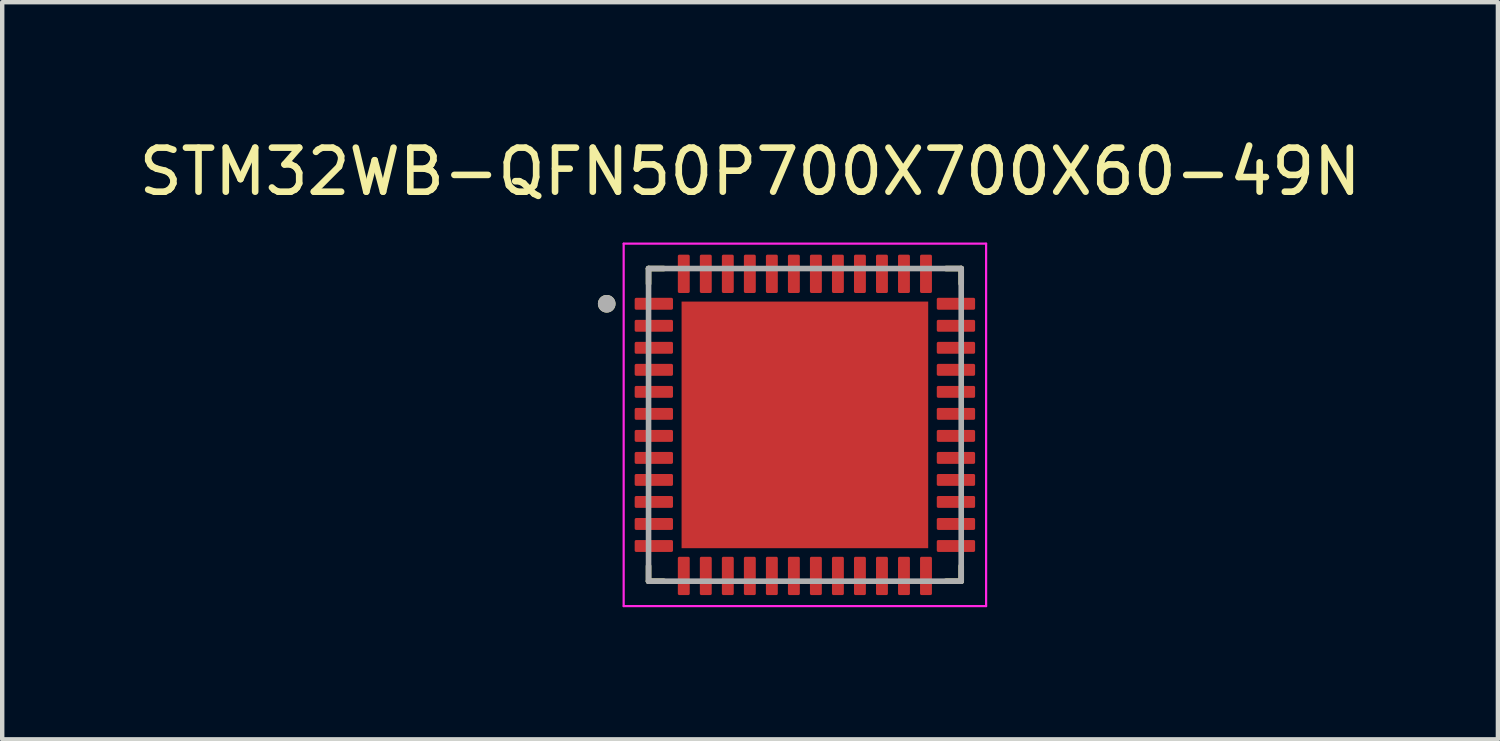
<source format=kicad_pcb>
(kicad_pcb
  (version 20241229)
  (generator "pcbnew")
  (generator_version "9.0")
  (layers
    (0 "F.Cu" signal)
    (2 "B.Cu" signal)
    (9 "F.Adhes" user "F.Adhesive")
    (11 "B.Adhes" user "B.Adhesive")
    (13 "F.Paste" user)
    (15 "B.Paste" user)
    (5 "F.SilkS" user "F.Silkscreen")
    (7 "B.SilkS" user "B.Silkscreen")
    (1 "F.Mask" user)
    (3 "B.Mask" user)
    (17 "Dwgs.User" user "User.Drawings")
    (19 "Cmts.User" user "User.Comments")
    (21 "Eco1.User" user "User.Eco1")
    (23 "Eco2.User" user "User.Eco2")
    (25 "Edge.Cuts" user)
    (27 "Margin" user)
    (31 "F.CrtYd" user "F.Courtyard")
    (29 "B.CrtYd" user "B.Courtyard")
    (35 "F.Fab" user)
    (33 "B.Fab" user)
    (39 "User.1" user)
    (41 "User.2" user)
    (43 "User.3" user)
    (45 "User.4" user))
  (footprint "STM32WB-QFN50P700X700X60-49N"
    (layer "F.Cu")
    (at 15.227 6.598)
    (property "Reference" "STM32WB-QFN50P700X700X60-49N" (at -1.245 -5.75 0) (layer "F.SilkS") (effects (font (size 1 1) (thickness 0.15))))
    (attr smd)
    (fp_line (start -3.55 -3.55) (end -3.55 -3.205) (stroke (width 0.127) (type solid)) (layer "F.SilkS"))
    (fp_line (start -3.55 -3.55) (end -3.205 -3.55) (stroke (width 0.127) (type solid)) (layer "F.SilkS"))
    (fp_line (start -3.55 3.55) (end -3.55 3.205) (stroke (width 0.127) (type solid)) (layer "F.SilkS"))
    (fp_line (start -3.55 3.55) (end -3.205 3.55) (stroke (width 0.127) (type solid)) (layer "F.SilkS"))
    (fp_line (start 3.55 -3.55) (end 3.205 -3.55) (stroke (width 0.127) (type solid)) (layer "F.SilkS"))
    (fp_line (start 3.55 -3.55) (end 3.55 -3.205) (stroke (width 0.127) (type solid)) (layer "F.SilkS"))
    (fp_line (start 3.55 3.55) (end 3.205 3.55) (stroke (width 0.127) (type solid)) (layer "F.SilkS"))
    (fp_line (start 3.55 3.55) (end 3.55 3.205) (stroke (width 0.127) (type solid)) (layer "F.SilkS"))
    (fp_circle (center -4.5 -2.75) (end -4.4 -2.75) (stroke (width 0.2) (type solid)) (fill no) (layer "F.SilkS"))
    (fp_poly (pts (xy -2.29 -2.29) (xy -0.51 -2.29) (xy -0.51 -0.51) (xy -2.29 -0.51)) (stroke (width 0.01) (type solid)) (fill yes) (layer "F.Paste"))
    (fp_poly (pts (xy -2.29 0.51) (xy -0.51 0.51) (xy -0.51 2.29) (xy -2.29 2.29)) (stroke (width 0.01) (type solid)) (fill yes) (layer "F.Paste"))
    (fp_poly (pts (xy 0.51 -2.29) (xy 2.29 -2.29) (xy 2.29 -0.51) (xy 0.51 -0.51)) (stroke (width 0.01) (type solid)) (fill yes) (layer "F.Paste"))
    (fp_poly (pts (xy 0.51 0.51) (xy 2.29 0.51) (xy 2.29 2.29) (xy 0.51 2.29)) (stroke (width 0.01) (type solid)) (fill yes) (layer "F.Paste"))
    (fp_line (start -4.115 -4.115) (end 4.115 -4.115) (stroke (width 0.05) (type solid)) (layer "F.CrtYd"))
    (fp_line (start -4.115 4.115) (end -4.115 -4.115) (stroke (width 0.05) (type solid)) (layer "F.CrtYd"))
    (fp_line (start -4.115 4.115) (end 4.115 4.115) (stroke (width 0.05) (type solid)) (layer "F.CrtYd"))
    (fp_line (start 4.115 4.115) (end 4.115 -4.115) (stroke (width 0.05) (type solid)) (layer "F.CrtYd"))
    (fp_line (start -3.55 3.55) (end -3.55 -3.55) (stroke (width 0.127) (type solid)) (layer "F.Fab"))
    (fp_line (start 3.55 -3.55) (end -3.55 -3.55) (stroke (width 0.127) (type solid)) (layer "F.Fab"))
    (fp_line (start 3.55 3.55) (end -3.55 3.55) (stroke (width 0.127) (type solid)) (layer "F.Fab"))
    (fp_line (start 3.55 3.55) (end 3.55 -3.55) (stroke (width 0.127) (type solid)) (layer "F.Fab"))
    (fp_circle (center -4.5 -2.75) (end -4.4 -2.75) (stroke (width 0.2) (type solid)) (fill no) (layer "F.Fab"))
    (pad "1" smd roundrect (at -3.43 -2.75) (size 0.87 0.27) (layers "F.Cu" "F.Mask" "F.Paste") (roundrect_rratio 0.125))
    (pad "2" smd roundrect (at -3.43 -2.25) (size 0.87 0.27) (layers "F.Cu" "F.Mask" "F.Paste") (roundrect_rratio 0.125))
    (pad "3" smd roundrect (at -3.43 -1.75) (size 0.87 0.27) (layers "F.Cu" "F.Mask" "F.Paste") (roundrect_rratio 0.125))
    (pad "4" smd roundrect (at -3.43 -1.25) (size 0.87 0.27) (layers "F.Cu" "F.Mask" "F.Paste") (roundrect_rratio 0.125))
    (pad "5" smd roundrect (at -3.43 -0.75) (size 0.87 0.27) (layers "F.Cu" "F.Mask" "F.Paste") (roundrect_rratio 0.125))
    (pad "6" smd roundrect (at -3.43 -0.25) (size 0.87 0.27) (layers "F.Cu" "F.Mask" "F.Paste") (roundrect_rratio 0.125))
    (pad "7" smd roundrect (at -3.43 0.25) (size 0.87 0.27) (layers "F.Cu" "F.Mask" "F.Paste") (roundrect_rratio 0.125))
    (pad "8" smd roundrect (at -3.43 0.75) (size 0.87 0.27) (layers "F.Cu" "F.Mask" "F.Paste") (roundrect_rratio 0.125))
    (pad "9" smd roundrect (at -3.43 1.25) (size 0.87 0.27) (layers "F.Cu" "F.Mask" "F.Paste") (roundrect_rratio 0.125))
    (pad "10" smd roundrect (at -3.43 1.75) (size 0.87 0.27) (layers "F.Cu" "F.Mask" "F.Paste") (roundrect_rratio 0.125))
    (pad "11" smd roundrect (at -3.43 2.25) (size 0.87 0.27) (layers "F.Cu" "F.Mask" "F.Paste") (roundrect_rratio 0.125))
    (pad "12" smd roundrect (at -3.43 2.75) (size 0.87 0.27) (layers "F.Cu" "F.Mask" "F.Paste") (roundrect_rratio 0.125))
    (pad "13" smd roundrect (at -2.75 3.43) (size 0.27 0.87) (layers "F.Cu" "F.Mask" "F.Paste") (roundrect_rratio 0.125))
    (pad "14" smd roundrect (at -2.25 3.43) (size 0.27 0.87) (layers "F.Cu" "F.Mask" "F.Paste") (roundrect_rratio 0.125))
    (pad "15" smd roundrect (at -1.75 3.43) (size 0.27 0.87) (layers "F.Cu" "F.Mask" "F.Paste") (roundrect_rratio 0.125))
    (pad "16" smd roundrect (at -1.25 3.43) (size 0.27 0.87) (layers "F.Cu" "F.Mask" "F.Paste") (roundrect_rratio 0.125))
    (pad "17" smd roundrect (at -0.75 3.43) (size 0.27 0.87) (layers "F.Cu" "F.Mask" "F.Paste") (roundrect_rratio 0.125))
    (pad "18" smd roundrect (at -0.25 3.43) (size 0.27 0.87) (layers "F.Cu" "F.Mask" "F.Paste") (roundrect_rratio 0.125))
    (pad "19" smd roundrect (at 0.25 3.43) (size 0.27 0.87) (layers "F.Cu" "F.Mask" "F.Paste") (roundrect_rratio 0.125))
    (pad "20" smd roundrect (at 0.75 3.43) (size 0.27 0.87) (layers "F.Cu" "F.Mask" "F.Paste") (roundrect_rratio 0.125))
    (pad "21" smd roundrect (at 1.25 3.43) (size 0.27 0.87) (layers "F.Cu" "F.Mask" "F.Paste") (roundrect_rratio 0.125))
    (pad "22" smd roundrect (at 1.75 3.43) (size 0.27 0.87) (layers "F.Cu" "F.Mask" "F.Paste") (roundrect_rratio 0.125))
    (pad "23" smd roundrect (at 2.25 3.43) (size 0.27 0.87) (layers "F.Cu" "F.Mask" "F.Paste") (roundrect_rratio 0.125))
    (pad "24" smd roundrect (at 2.75 3.43) (size 0.27 0.87) (layers "F.Cu" "F.Mask" "F.Paste") (roundrect_rratio 0.125))
    (pad "25" smd roundrect (at 3.43 2.75) (size 0.87 0.27) (layers "F.Cu" "F.Mask" "F.Paste") (roundrect_rratio 0.125))
    (pad "26" smd roundrect (at 3.43 2.25) (size 0.87 0.27) (layers "F.Cu" "F.Mask" "F.Paste") (roundrect_rratio 0.125))
    (pad "27" smd roundrect (at 3.43 1.75) (size 0.87 0.27) (layers "F.Cu" "F.Mask" "F.Paste") (roundrect_rratio 0.125))
    (pad "28" smd roundrect (at 3.43 1.25) (size 0.87 0.27) (layers "F.Cu" "F.Mask" "F.Paste") (roundrect_rratio 0.125))
    (pad "29" smd roundrect (at 3.43 0.75) (size 0.87 0.27) (layers "F.Cu" "F.Mask" "F.Paste") (roundrect_rratio 0.125))
    (pad "30" smd roundrect (at 3.43 0.25) (size 0.87 0.27) (layers "F.Cu" "F.Mask" "F.Paste") (roundrect_rratio 0.125))
    (pad "31" smd roundrect (at 3.43 -0.25) (size 0.87 0.27) (layers "F.Cu" "F.Mask" "F.Paste") (roundrect_rratio 0.125))
    (pad "32" smd roundrect (at 3.43 -0.75) (size 0.87 0.27) (layers "F.Cu" "F.Mask" "F.Paste") (roundrect_rratio 0.125))
    (pad "33" smd roundrect (at 3.43 -1.25) (size 0.87 0.27) (layers "F.Cu" "F.Mask" "F.Paste") (roundrect_rratio 0.125))
    (pad "34" smd roundrect (at 3.43 -1.75) (size 0.87 0.27) (layers "F.Cu" "F.Mask" "F.Paste") (roundrect_rratio 0.125))
    (pad "35" smd roundrect (at 3.43 -2.25) (size 0.87 0.27) (layers "F.Cu" "F.Mask" "F.Paste") (roundrect_rratio 0.125))
    (pad "36" smd roundrect (at 3.43 -2.75) (size 0.87 0.27) (layers "F.Cu" "F.Mask" "F.Paste") (roundrect_rratio 0.125))
    (pad "37" smd roundrect (at 2.75 -3.43) (size 0.27 0.87) (layers "F.Cu" "F.Mask" "F.Paste") (roundrect_rratio 0.125))
    (pad "38" smd roundrect (at 2.25 -3.43) (size 0.27 0.87) (layers "F.Cu" "F.Mask" "F.Paste") (roundrect_rratio 0.125))
    (pad "39" smd roundrect (at 1.75 -3.43) (size 0.27 0.87) (layers "F.Cu" "F.Mask" "F.Paste") (roundrect_rratio 0.125))
    (pad "40" smd roundrect (at 1.25 -3.43) (size 0.27 0.87) (layers "F.Cu" "F.Mask" "F.Paste") (roundrect_rratio 0.125))
    (pad "41" smd roundrect (at 0.75 -3.43) (size 0.27 0.87) (layers "F.Cu" "F.Mask" "F.Paste") (roundrect_rratio 0.125))
    (pad "42" smd roundrect (at 0.25 -3.43) (size 0.27 0.87) (layers "F.Cu" "F.Mask" "F.Paste") (roundrect_rratio 0.125))
    (pad "43" smd roundrect (at -0.25 -3.43) (size 0.27 0.87) (layers "F.Cu" "F.Mask" "F.Paste") (roundrect_rratio 0.125))
    (pad "44" smd roundrect (at -0.75 -3.43) (size 0.27 0.87) (layers "F.Cu" "F.Mask" "F.Paste") (roundrect_rratio 0.125))
    (pad "45" smd roundrect (at -1.25 -3.43) (size 0.27 0.87) (layers "F.Cu" "F.Mask" "F.Paste") (roundrect_rratio 0.125))
    (pad "46" smd roundrect (at -1.75 -3.43) (size 0.27 0.87) (layers "F.Cu" "F.Mask" "F.Paste") (roundrect_rratio 0.125))
    (pad "47" smd roundrect (at -2.25 -3.43) (size 0.27 0.87) (layers "F.Cu" "F.Mask" "F.Paste") (roundrect_rratio 0.125))
    (pad "48" smd roundrect (at -2.75 -3.43) (size 0.27 0.87) (layers "F.Cu" "F.Mask" "F.Paste") (roundrect_rratio 0.125))
    (pad "49" smd rect (at 0 0) (size 5.6 5.6) (layers "F.Cu" "F.Mask")))
  (gr_rect
    (start -3 -3)
    (end 30.964 13.738)
    (stroke (width 0.1) (type default))
    (fill no)
    (layer "Edge.Cuts")))
</source>
